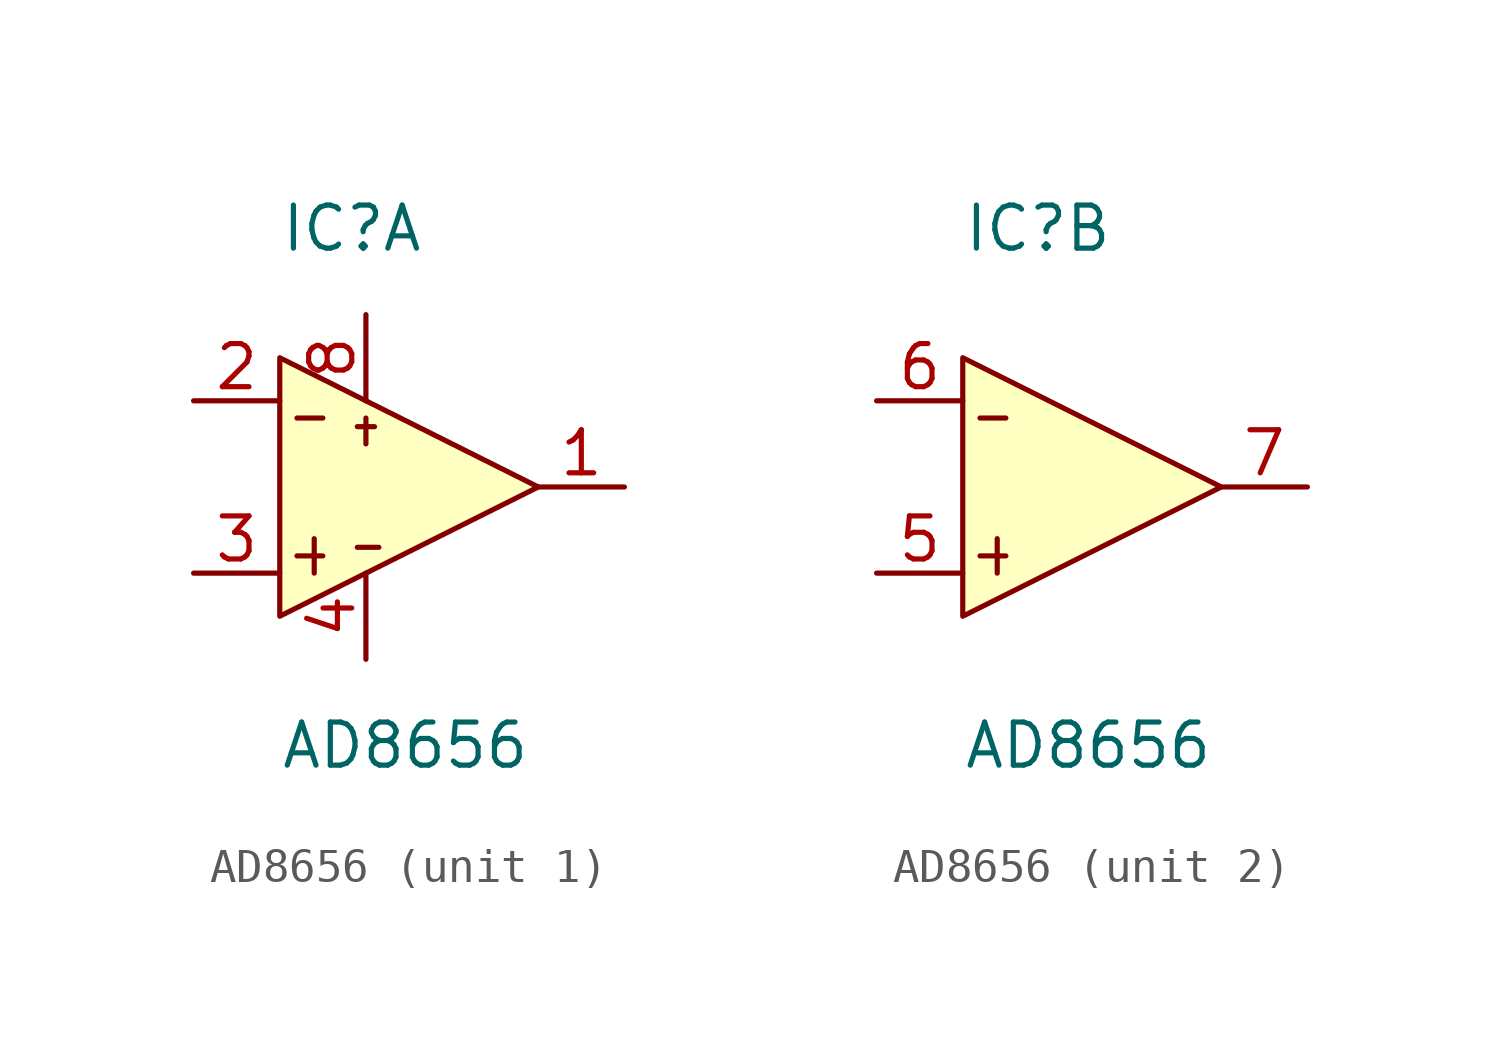
<source format=kicad_sym>
(kicad_symbol_lib
  (version 20211014)
  (generator kicad_symbol_editor)
  (symbol "AD8656"
    (pin_names
      (offset 1.016) hide)
    (property "Reference" "IC"
      (at 0 7.62 0)
      (effects (font (size 1.27 1.27)) (justify left)))
    (property "Value" "AD8656"
      (at 0 -7.62 0)
      (effects (font (size 1.27 1.27)) (justify left)))
    (symbol "AD8656_0_1"
      (polyline (pts (xy 0.508 -2.032) (xy 1.27 -2.032)) (stroke (width 0) (type default) (color 0 0 0 0)) (fill (type none)))
      (polyline (pts (xy 0.508 2.032) (xy 1.27 2.032)) (stroke (width 0) (type default) (color 0 0 0 0)) (fill (type none)))
      (polyline (pts (xy 1.016 -1.524) (xy 1.016 -2.54)) (stroke (width 0) (type default) (color 0 0 0 0)) (fill (type none)))
      (polyline (pts (xy 7.62 0) (xy 0 3.81) (xy 0 -3.81) (xy 7.62 0)) (stroke (width 0) (type default) (color 0 0 0 0)) (fill (type background))))
    (symbol "AD8656_1_1"
      (polyline (pts (xy 2.286 -1.778) (xy 2.921 -1.778)) (stroke (width 0) (type default) (color 0 0 0 0)) (fill (type none)))
      (polyline (pts (xy 2.286 1.778) (xy 2.794 1.778)) (stroke (width 0) (type default) (color 0 0 0 0)) (fill (type none)))
      (polyline (pts (xy 2.54 1.27) (xy 2.54 2.032)) (stroke (width 0) (type default) (color 0 0 0 0)) (fill (type none)))
      (pin output line (at 10.16 0 180) (length 2.54) (name "OUT" (effects (font (size 1.27 1.27)))) (number "1" (effects (font (size 1.27 1.27)))))
      (pin input line (at -2.54 2.54 0) (length 2.54) (name "-IN" (effects (font (size 1.27 1.27)))) (number "2" (effects (font (size 1.27 1.27)))))
      (pin input line (at -2.54 -2.54 0) (length 2.54) (name "+IN" (effects (font (size 1.27 1.27)))) (number "3" (effects (font (size 1.27 1.27)))))
      (pin power_in line (at 2.54 -5.08 90) (length 2.54) (name "V-" (effects (font (size 1.27 1.27)))) (number "4" (effects (font (size 1.27 1.27)))))
      (pin power_in line (at 2.54 5.08 270) (length 2.54) (name "V+" (effects (font (size 1.27 1.27)))) (number "8" (effects (font (size 1.27 1.27))))))
    (symbol "AD8656_2_1"
      (pin input line (at -2.54 -2.54 0) (length 2.54) (name "+IN" (effects (font (size 1.27 1.27)))) (number "5" (effects (font (size 1.27 1.27)))))
      (pin input line (at -2.54 2.54 0) (length 2.54) (name "-IN" (effects (font (size 1.27 1.27)))) (number "6" (effects (font (size 1.27 1.27)))))
      (pin output line (at 10.16 0 180) (length 2.54) (name "OUT" (effects (font (size 1.27 1.27)))) (number "7" (effects (font (size 1.27 1.27))))))))
</source>
